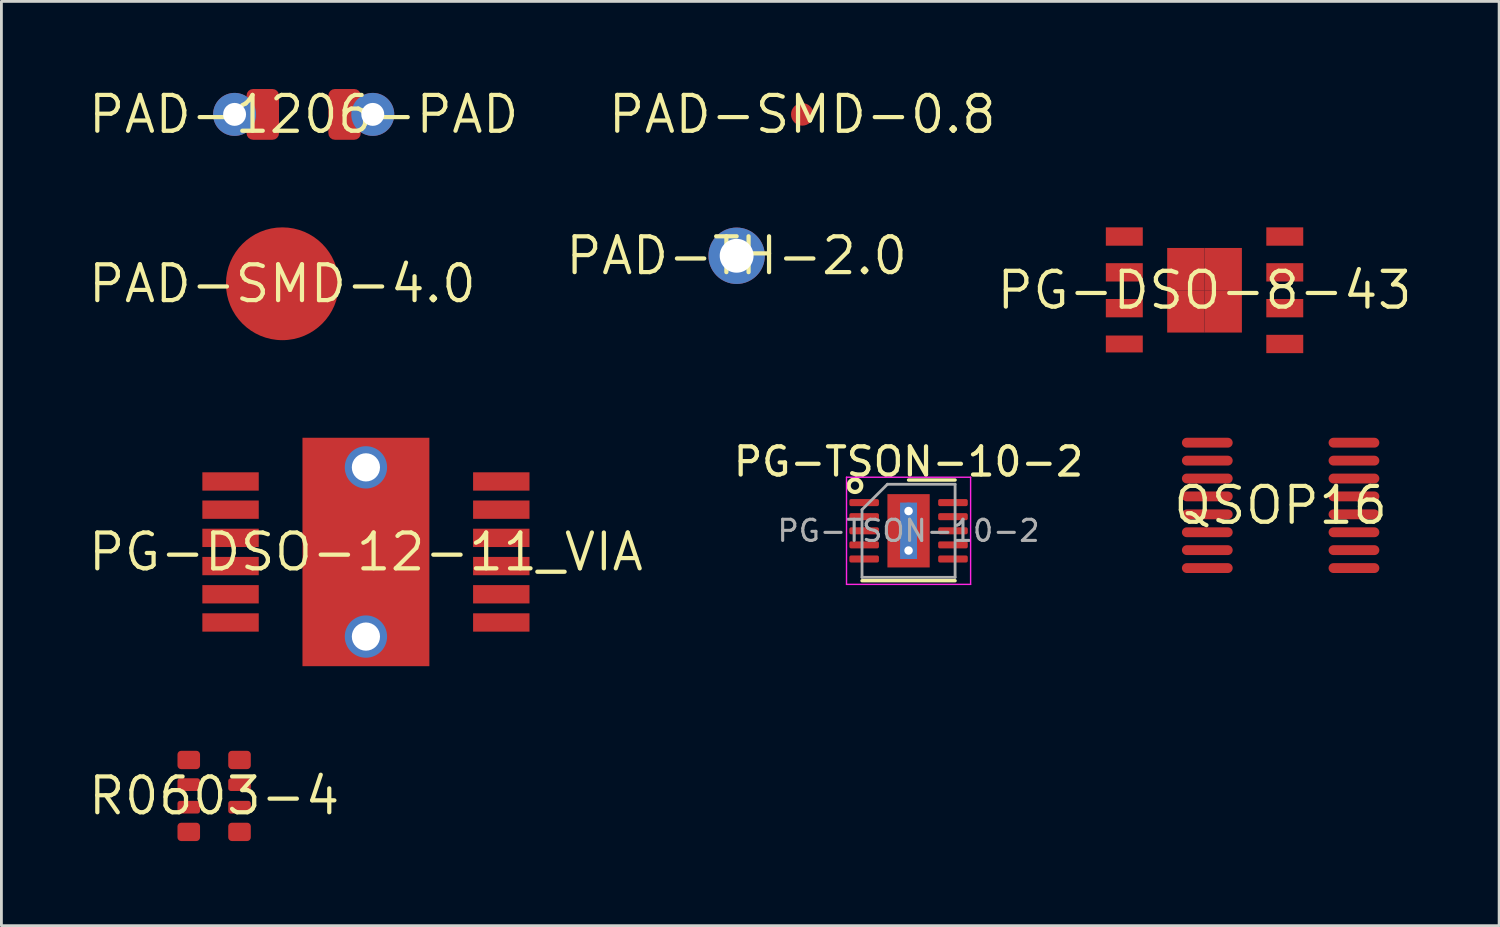
<source format=kicad_pcb>
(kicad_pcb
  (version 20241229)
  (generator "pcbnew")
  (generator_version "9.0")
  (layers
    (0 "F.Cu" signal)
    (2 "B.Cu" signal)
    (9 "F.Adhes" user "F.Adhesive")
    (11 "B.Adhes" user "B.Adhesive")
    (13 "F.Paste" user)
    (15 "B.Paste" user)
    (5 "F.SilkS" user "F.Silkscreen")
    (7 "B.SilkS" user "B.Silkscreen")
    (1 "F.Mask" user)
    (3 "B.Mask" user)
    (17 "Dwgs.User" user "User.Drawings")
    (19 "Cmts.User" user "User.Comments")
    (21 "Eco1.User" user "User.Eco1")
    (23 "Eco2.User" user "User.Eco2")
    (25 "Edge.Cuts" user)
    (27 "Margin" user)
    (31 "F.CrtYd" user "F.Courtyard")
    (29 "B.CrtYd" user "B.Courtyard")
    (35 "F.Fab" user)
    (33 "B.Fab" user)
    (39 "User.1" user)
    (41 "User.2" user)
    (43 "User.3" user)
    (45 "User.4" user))
  (footprint "PAD-TH-2.0"
    (layer "F.Cu")
    (at 23.07 6.019)
    (property "Reference" "PAD-TH-2.0" (at 0 0 0) (layer "F.SilkS") (effects (font (size 1.27 1.27) (thickness 0.15))))
    (attr through_hole)
    (pad "1" thru_hole oval (at 0 0) (size 2 2) (drill 1.2) (layers "F.Cu" "F.Mask")))
  (footprint "PG-TSON-10-2"
    (layer "F.Cu")
    (at 29.166 15.771)
    (property "Reference" "PG-TSON-10-2" (at 0 -2.45 0) (layer "F.SilkS") (effects (font (size 1 1) (thickness 0.15))))
    (attr smd)
    (fp_line (start -1.65 1.77) (end 1.65 1.77) (stroke (width 0.12) (type solid)) (layer "F.SilkS"))
    (fp_line (start 0 -1.8) (end 1.65 -1.8) (stroke (width 0.12) (type solid)) (layer "F.SilkS"))
    (fp_circle (center -1.9 -1.6) (end -1.7 -1.5) (stroke (width 0.15) (type solid)) (fill no) (layer "F.SilkS"))
    (fp_line (start -2.2 -1.9) (end -2.2 1.9) (stroke (width 0.05) (type solid)) (layer "F.CrtYd"))
    (fp_line (start -2.2 1.9) (end 2.2 1.9) (stroke (width 0.05) (type solid)) (layer "F.CrtYd"))
    (fp_line (start 2.2 -1.9) (end -2.2 -1.9) (stroke (width 0.05) (type solid)) (layer "F.CrtYd"))
    (fp_line (start 2.2 1.9) (end 2.2 -1.9) (stroke (width 0.05) (type solid)) (layer "F.CrtYd"))
    (fp_line (start -1.65 -0.75) (end -0.75 -1.65) (stroke (width 0.1) (type solid)) (layer "F.Fab"))
    (fp_line (start -1.65 1.65) (end -1.65 -0.75) (stroke (width 0.1) (type solid)) (layer "F.Fab"))
    (fp_line (start -0.75 -1.65) (end 1.65 -1.65) (stroke (width 0.1) (type solid)) (layer "F.Fab"))
    (fp_line (start 1.65 -1.65) (end 1.65 1.65) (stroke (width 0.1) (type solid)) (layer "F.Fab"))
    (fp_line (start 1.65 1.65) (end -1.65 1.65) (stroke (width 0.1) (type solid)) (layer "F.Fab"))
    (fp_text user "${REFERENCE}" (at 0 0 0) (layer "F.Fab") (effects (font (size 0.75 0.75) (thickness 0.11))))
    (pad "" smd roundrect (at -0.37 -0.6) (size 0.54 1) (layers "F.Paste") (roundrect_rratio 0.25))
    (pad "" smd roundrect (at -0.37 0.6) (size 0.54 1) (layers "F.Paste") (roundrect_rratio 0.25))
    (pad "" smd roundrect (at 0.37 -0.6) (size 0.54 1) (layers "F.Paste") (roundrect_rratio 0.25))
    (pad "" smd roundrect (at 0.37 0.6) (size 0.54 1) (layers "F.Paste") (roundrect_rratio 0.25))
    (pad "1" smd roundrect (at -1.575 -1) (size 1.05 0.25) (layers "F.Cu" "F.Mask" "F.Paste") (roundrect_rratio 0.25))
    (pad "2" smd roundrect (at -1.575 -0.5) (size 1.05 0.25) (layers "F.Cu" "F.Mask" "F.Paste") (roundrect_rratio 0.25))
    (pad "3" smd roundrect (at -1.575 0) (size 1.05 0.25) (layers "F.Cu" "F.Mask" "F.Paste") (roundrect_rratio 0.25))
    (pad "4" smd roundrect (at -1.575 0.5) (size 1.05 0.25) (layers "F.Cu" "F.Mask" "F.Paste") (roundrect_rratio 0.25))
    (pad "5" smd roundrect (at -1.575 1) (size 1.05 0.25) (layers "F.Cu" "F.Mask" "F.Paste") (roundrect_rratio 0.25))
    (pad "6" smd roundrect (at 1.575 1) (size 1.05 0.25) (layers "F.Cu" "F.Mask" "F.Paste") (roundrect_rratio 0.25))
    (pad "7" smd roundrect (at 1.575 0.5) (size 1.05 0.25) (layers "F.Cu" "F.Mask" "F.Paste") (roundrect_rratio 0.25))
    (pad "8" smd roundrect (at 1.575 0) (size 1.05 0.25) (layers "F.Cu" "F.Mask" "F.Paste") (roundrect_rratio 0.25))
    (pad "9" smd roundrect (at 1.575 -0.5) (size 1.05 0.25) (layers "F.Cu" "F.Mask" "F.Paste") (roundrect_rratio 0.25))
    (pad "10" smd roundrect (at 1.575 -1) (size 1.05 0.25) (layers "F.Cu" "F.Mask" "F.Paste") (roundrect_rratio 0.25))
    (pad "11" thru_hole circle (at 0 -0.7) (size 0.6 0.6) (drill 0.3) (layers "*.Cu"))
    (pad "11" smd rect (at 0 0) (size 0.6 2) (layers "B.Cu"))
    (pad "11" smd rect (at 0 0) (size 1.5 2.6) (layers "F.Cu" "F.Mask"))
    (pad "11" thru_hole circle (at 0 0.7) (size 0.6 0.6) (drill 0.3) (layers "*.Cu")))
  (footprint "QSOP16"
    (layer "F.Cu")
    (at 42.359 14.87)
    (property "Reference" "QSOP16" (at 0 0 0) (layer "F.SilkS") (effects (font (size 1.27 1.27) (thickness 0.15))))
    (attr through_hole)
    (pad "1" smd oval (at -2.6 -2.223 90) (size 0.35 1.8) (layers "F.Cu" "F.Mask"))
    (pad "2" smd oval (at -2.6 -1.587 90) (size 0.35 1.8) (layers "F.Cu" "F.Mask"))
    (pad "3" smd oval (at -2.6 -0.953 90) (size 0.35 1.8) (layers "F.Cu" "F.Mask"))
    (pad "4" smd oval (at -2.6 -0.318 90) (size 0.35 1.8) (layers "F.Cu" "F.Mask"))
    (pad "5" smd oval (at -2.6 0.318 90) (size 0.35 1.8) (layers "F.Cu" "F.Mask"))
    (pad "6" smd oval (at -2.6 0.953 90) (size 0.35 1.8) (layers "F.Cu" "F.Mask"))
    (pad "7" smd oval (at -2.6 1.587 90) (size 0.35 1.8) (layers "F.Cu" "F.Mask"))
    (pad "8" smd oval (at -2.6 2.223 90) (size 0.35 1.8) (layers "F.Cu" "F.Mask"))
    (pad "9" smd oval (at 2.6 2.223 90) (size 0.35 1.8) (layers "F.Cu" "F.Mask"))
    (pad "10" smd oval (at 2.6 1.587 90) (size 0.35 1.8) (layers "F.Cu" "F.Mask"))
    (pad "11" smd oval (at 2.6 0.953 90) (size 0.35 1.8) (layers "F.Cu" "F.Mask"))
    (pad "12" smd oval (at 2.6 0.318 90) (size 0.35 1.8) (layers "F.Cu" "F.Mask"))
    (pad "13" smd oval (at 2.6 -0.318 90) (size 0.35 1.8) (layers "F.Cu" "F.Mask"))
    (pad "14" smd oval (at 2.6 -0.953 90) (size 0.35 1.8) (layers "F.Cu" "F.Mask"))
    (pad "15" smd oval (at 2.6 -1.587 90) (size 0.35 1.8) (layers "F.Cu" "F.Mask"))
    (pad "16" smd oval (at 2.6 -2.223 90) (size 0.35 1.8) (layers "F.Cu" "F.Mask")))
  (footprint "PAD-SMD-4.0"
    (layer "F.Cu")
    (at 6.962 7.012)
    (property "Reference" "PAD-SMD-4.0" (at 0 0 0) (layer "F.SilkS") (effects (font (size 1.27 1.27) (thickness 0.15))))
    (attr through_hole)
    (pad "1" smd oval (at 0 0) (size 4 4) (layers "F.Cu" "F.Mask")))
  (footprint "R0603-4"
    (layer "F.Cu")
    (at 4.543 25.172)
    (property "Reference" "R0603-4" (at 0 0 0) (layer "F.SilkS") (effects (font (size 1.27 1.27) (thickness 0.15))))
    (attr through_hole)
    (pad "1" smd roundrect (at -0.9 -1.275 270) (size 0.65 0.8) (layers "F.Cu" "F.Mask") (roundrect_rratio 0.2))
    (pad "2" smd roundrect (at -0.9 -0.4 270) (size 0.45 0.8) (layers "F.Cu" "F.Mask") (roundrect_rratio 0.2))
    (pad "3" smd roundrect (at -0.9 0.4 270) (size 0.45 0.8) (layers "F.Cu" "F.Mask") (roundrect_rratio 0.2))
    (pad "4" smd roundrect (at -0.9 1.275 270) (size 0.65 0.8) (layers "F.Cu" "F.Mask") (roundrect_rratio 0.2))
    (pad "5" smd roundrect (at 0.9 1.275 270) (size 0.65 0.8) (layers "F.Cu" "F.Mask") (roundrect_rratio 0.2))
    (pad "6" smd roundrect (at 0.9 0.4 270) (size 0.45 0.8) (layers "F.Cu" "F.Mask") (roundrect_rratio 0.2))
    (pad "7" smd roundrect (at 0.9 -0.4 270) (size 0.45 0.8) (layers "F.Cu" "F.Mask") (roundrect_rratio 0.2))
    (pad "8" smd roundrect (at 0.9 -1.275 270) (size 0.65 0.8) (layers "F.Cu" "F.Mask") (roundrect_rratio 0.2)))
  (footprint "PAD-SMD-0.8"
    (layer "F.Cu")
    (at 25.398 1.006)
    (property "Reference" "PAD-SMD-0.8" (at 0 0 0) (layer "F.SilkS") (effects (font (size 1.27 1.27) (thickness 0.15))))
    (attr through_hole)
    (pad "1" smd oval (at 0 0) (size 0.8 0.8) (layers "F.Cu" "F.Mask")))
  (footprint "PAD-1206-PAD"
    (layer "F.Cu")
    (at 7.718 1.006)
    (property "Reference" "PAD-1206-PAD" (at 0 0 0) (layer "F.SilkS") (effects (font (size 1.27 1.27) (thickness 0.15))))
    (attr through_hole)
    (pad "1" thru_hole circle (at -2.45 0) (size 1.524 1.524) (drill 0.813) (layers "*.Cu" "*.Mask"))
    (pad "1" smd roundrect (at -1.45 0 90) (size 1.8 1.15) (layers "F.Cu" "F.Mask" "F.Paste") (roundrect_rratio 0.2))
    (pad "2" smd roundrect (at 1.45 0 90) (size 1.8 1.15) (layers "F.Cu" "F.Mask" "F.Paste") (roundrect_rratio 0.2))
    (pad "2" thru_hole circle (at 2.45 0) (size 1.524 1.524) (drill 0.813) (layers "*.Cu" "*.Mask")))
  (footprint "PG-DSO-12-11_VIA"
    (layer "F.Cu")
    (at 9.925 16.522)
    (property "Reference" "PG-DSO-12-11_VIA" (at 0 0 0) (layer "F.SilkS") (effects (font (size 1.27 1.27) (thickness 0.15))))
    (attr smd)
    (pad "1" smd rect (at -4.8 -2.5) (size 2 0.65) (layers "F.Cu" "F.Mask" "F.Paste"))
    (pad "2" smd rect (at -4.8 -1.5) (size 2 0.65) (layers "F.Cu" "F.Mask" "F.Paste"))
    (pad "3" smd rect (at -4.8 -0.5) (size 2 0.65) (layers "F.Cu" "F.Mask" "F.Paste"))
    (pad "4" smd rect (at -4.8 0.5) (size 2 0.65) (layers "F.Cu" "F.Mask" "F.Paste"))
    (pad "5" smd rect (at -4.8 1.5) (size 2 0.65) (layers "F.Cu" "F.Mask" "F.Paste"))
    (pad "6" smd rect (at -4.8 2.5) (size 2 0.65) (layers "F.Cu" "F.Mask" "F.Paste"))
    (pad "7" smd rect (at 4.8 2.5) (size 2 0.65) (layers "F.Cu" "F.Mask" "F.Paste"))
    (pad "8" smd rect (at 4.8 1.5) (size 2 0.65) (layers "F.Cu" "F.Mask" "F.Paste"))
    (pad "9" smd rect (at 4.8 0.5) (size 2 0.65) (layers "F.Cu" "F.Mask" "F.Paste"))
    (pad "10" smd rect (at 4.8 -0.5) (size 2 0.65) (layers "F.Cu" "F.Mask" "F.Paste"))
    (pad "11" smd rect (at 4.8 -1.5) (size 2 0.65) (layers "F.Cu" "F.Mask" "F.Paste"))
    (pad "12" smd rect (at 4.8 -2.5) (size 2 0.65) (layers "F.Cu" "F.Mask" "F.Paste"))
    (pad "13" thru_hole circle (at 0 -3) (size 1.5 1.5) (drill 1) (layers "*.Cu" "*.Mask"))
    (pad "13" smd rect (at 0 0) (size 4.5 8.1) (layers "F.Cu" "F.Mask"))
    (pad "13" thru_hole circle (at 0 3) (size 1.5 1.5) (drill 1) (layers "*.Cu" "*.Mask")))
  (footprint "PG-DSO-8-43"
    (layer "F.Cu")
    (at 39.661 7.242)
    (property "Reference" "PG-DSO-8-43" (at 0 0 0) (layer "F.SilkS") (effects (font (size 1.27 1.27) (thickness 0.15))))
    (attr through_hole)
    (pad "1" smd rect (at -2.845 -1.905) (size 1.31 0.65) (layers "F.Cu" "F.Mask" "F.Paste"))
    (pad "2" smd rect (at -2.845 -0.635) (size 1.31 0.65) (layers "F.Cu" "F.Mask" "F.Paste"))
    (pad "3" smd rect (at -2.845 0.635) (size 1.31 0.65) (layers "F.Cu" "F.Mask" "F.Paste"))
    (pad "4" smd rect (at -2.845 1.905) (size 1.31 0.6) (layers "F.Cu" "F.Mask" "F.Paste"))
    (pad "5" smd rect (at 2.845 1.905) (size 1.31 0.65) (layers "F.Cu" "F.Mask" "F.Paste"))
    (pad "6" smd rect (at 2.845 0.635) (size 1.31 0.65) (layers "F.Cu" "F.Mask" "F.Paste"))
    (pad "7" smd rect (at 2.845 -0.635) (size 1.31 0.65) (layers "F.Cu" "F.Mask" "F.Paste"))
    (pad "8" smd rect (at 2.845 -1.905) (size 1.31 0.65) (layers "F.Cu" "F.Mask" "F.Paste"))
    (pad "9" smd rect (at -0.662 -0.75) (size 1.325 1.5) (layers "F.Cu" "F.Mask" "F.Paste"))
    (pad "9" smd rect (at -0.662 0.75) (size 1.325 1.5) (layers "F.Cu" "F.Mask" "F.Paste"))
    (pad "9" smd rect (at 0.662 -0.75) (size 1.325 1.5) (layers "F.Cu" "F.Mask" "F.Paste"))
    (pad "9" smd rect (at 0.662 0.75) (size 1.325 1.5) (layers "F.Cu" "F.Mask" "F.Paste")))
  (gr_rect
    (start -3 -3)
    (end 50.107 29.772)
    (stroke (width 0.1) (type default))
    (fill no)
    (layer "Edge.Cuts")))
</source>
